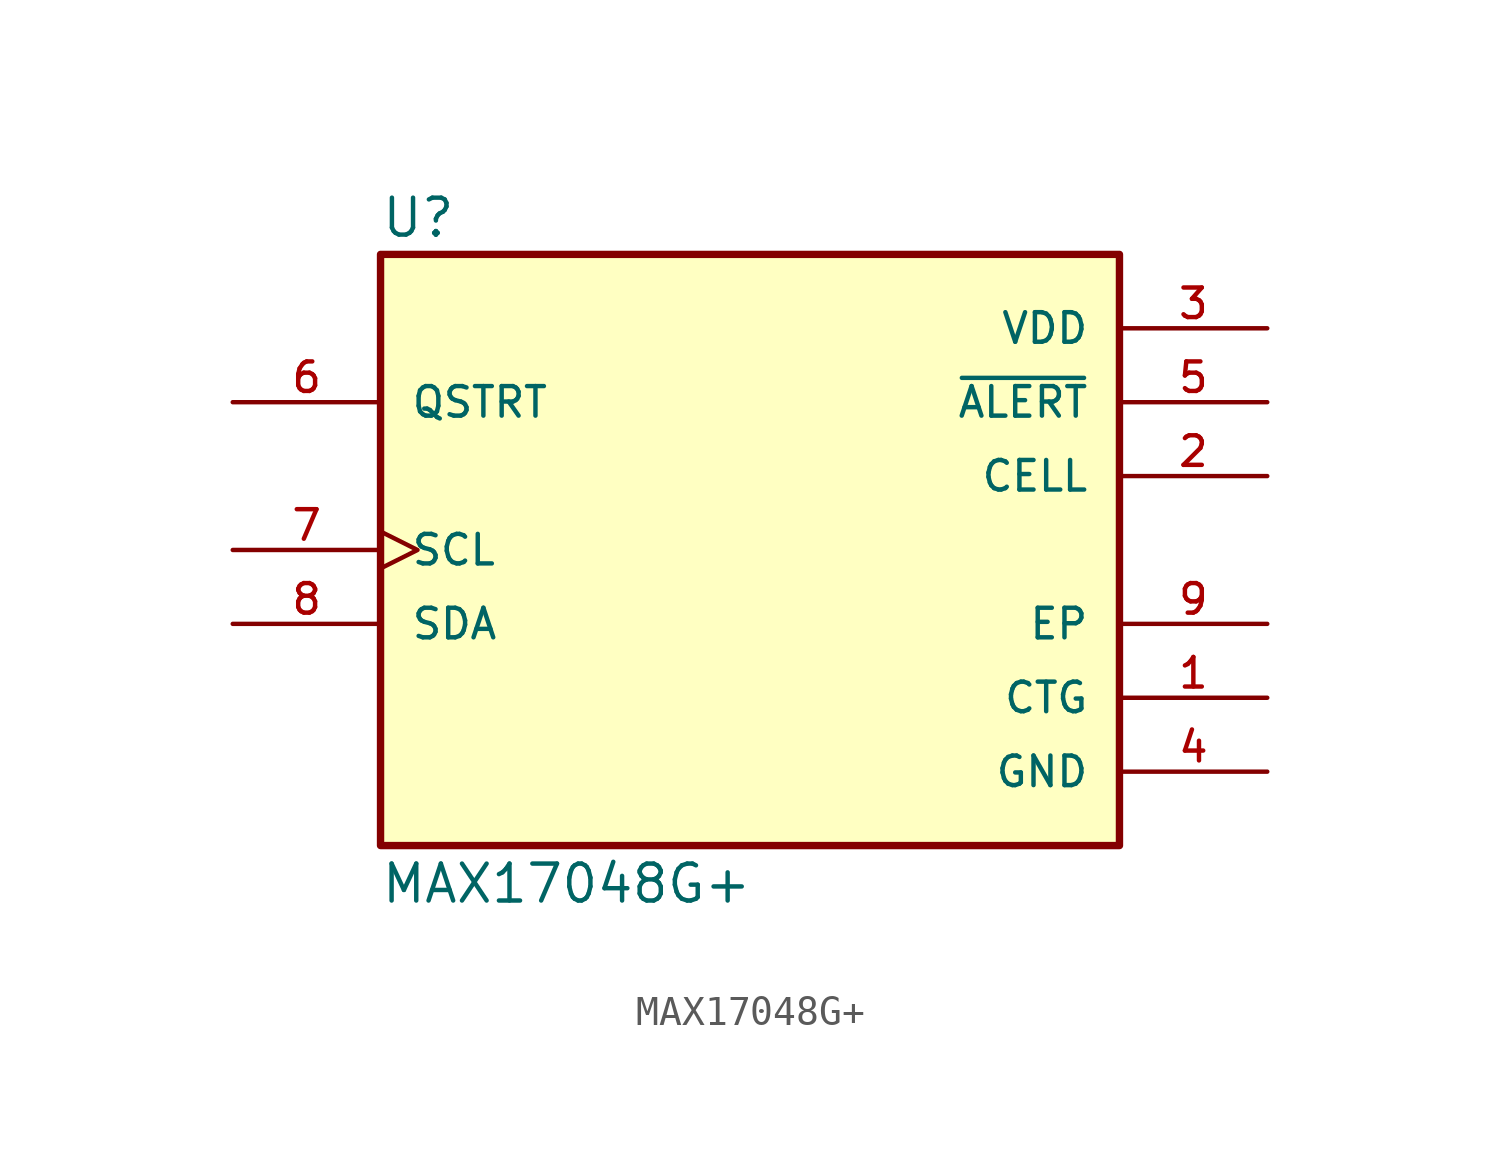
<source format=kicad_sym>
(kicad_symbol_lib
  (version 20211014)
  (generator kicad_symbol_editor)
  (symbol "MAX17048G+"
    (pin_names
      (offset 1.016))
    (property "Reference" "U"
      (at -12.711 10.677 0)
      (effects (font (size 1.27 1.27)) (justify bottom left)))
    (property "Value" "MAX17048G+"
      (at -12.722 -12.213 0)
      (effects (font (size 1.27 1.27)) (justify bottom left)))
    (symbol "MAX17048G+_0_0"
      (rectangle (start -12.7 -10.16) (end 12.7 10.16) (stroke (width 0.254)) (fill (type background)))
      (pin power_in line (at 17.78 -5.08 180.0) (length 5.08) (name "CTG" (effects (font (size 1.016 1.016)))) (number "1" (effects (font (size 1.016 1.016)))))
      (pin power_in line (at 17.78 2.54 180.0) (length 5.08) (name "CELL" (effects (font (size 1.016 1.016)))) (number "2" (effects (font (size 1.016 1.016)))))
      (pin power_in line (at 17.78 7.62 180.0) (length 5.08) (name "VDD" (effects (font (size 1.016 1.016)))) (number "3" (effects (font (size 1.016 1.016)))))
      (pin power_in line (at 17.78 -7.62 180.0) (length 5.08) (name "GND" (effects (font (size 1.016 1.016)))) (number "4" (effects (font (size 1.016 1.016)))))
      (pin output line (at 17.78 5.08 180.0) (length 5.08) (name "~{ALERT}" (effects (font (size 1.016 1.016)))) (number "5" (effects (font (size 1.016 1.016)))))
      (pin input line (at -17.78 5.08 0) (length 5.08) (name "QSTRT" (effects (font (size 1.016 1.016)))) (number "6" (effects (font (size 1.016 1.016)))))
      (pin input clock (at -17.78 0.0 0) (length 5.08) (name "SCL" (effects (font (size 1.016 1.016)))) (number "7" (effects (font (size 1.016 1.016)))))
      (pin bidirectional line (at -17.78 -2.54 0) (length 5.08) (name "SDA" (effects (font (size 1.016 1.016)))) (number "8" (effects (font (size 1.016 1.016)))))
      (pin power_in line (at 17.78 -2.54 180.0) (length 5.08) (name "EP" (effects (font (size 1.016 1.016)))) (number "9" (effects (font (size 1.016 1.016))))))))
</source>
